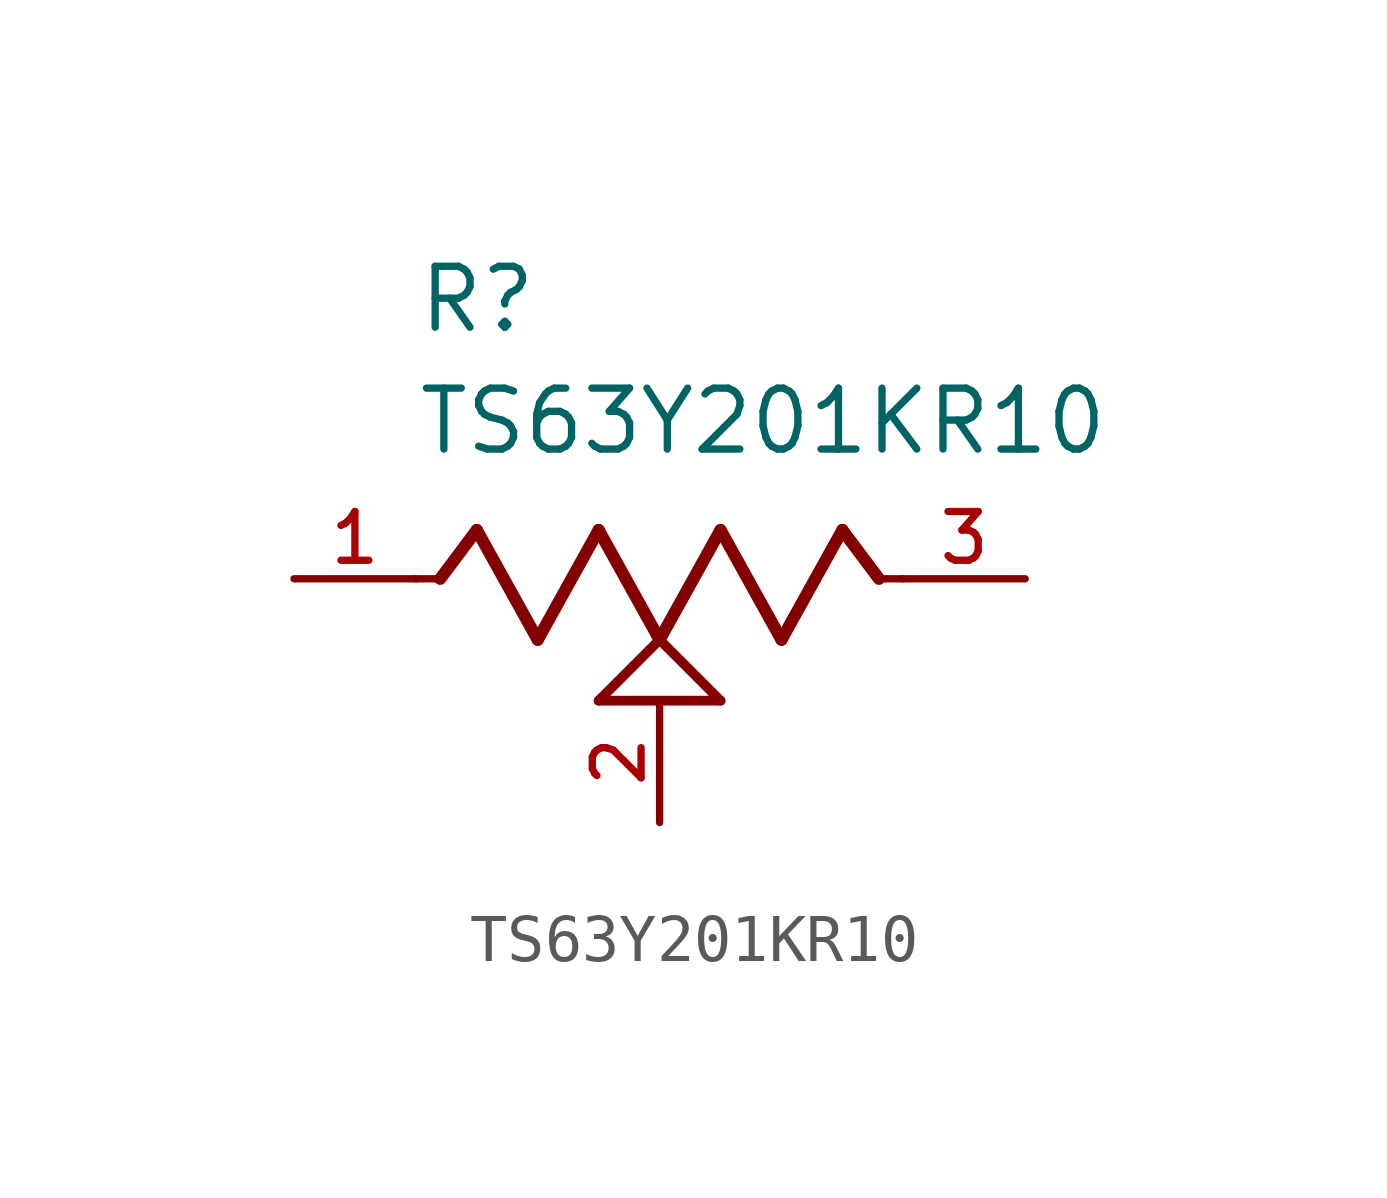
<source format=kicad_sym>
(kicad_symbol_lib
  (version 20241209)
  (generator "kicad_symbol_editor")
  (generator_version "9.0")
  (symbol "TS63Y201KR10"
    (pin_names
      (offset 1.016))
    (property "Reference" "R"
      (at -5.08 5.08 0)
      (effects (font (size 1.27 1.27)) (justify left bottom)))
    (property "Value" "TS63Y201KR10"
      (at -5.08 2.54 0)
      (effects (font (size 1.27 1.27)) (justify left bottom)))
    (symbol "TS63Y201KR10_0_0"
      (polyline (pts (xy -5.08 0) (xy -4.572 0)) (stroke (width 0.152) (type default)) (fill (type none)))
      (polyline (pts (xy -4.572 0) (xy -3.81 1.016)) (stroke (width 0.254) (type default)) (fill (type none)))
      (polyline (pts (xy -3.81 1.016) (xy -2.54 -1.27)) (stroke (width 0.254) (type default)) (fill (type none)))
      (polyline (pts (xy -2.54 -1.27) (xy -1.27 1.016)) (stroke (width 0.254) (type default)) (fill (type none)))
      (polyline (pts (xy -1.27 1.016) (xy 0 -1.27)) (stroke (width 0.254) (type default)) (fill (type none)))
      (polyline (pts (xy -1.27 -2.54) (xy 0 -1.27)) (stroke (width 0.203) (type default)) (fill (type none)))
      (polyline (pts (xy 0 -1.27) (xy 1.27 1.016)) (stroke (width 0.254) (type default)) (fill (type none)))
      (polyline (pts (xy 0 -1.27) (xy 1.27 -2.54)) (stroke (width 0.203) (type default)) (fill (type none)))
      (polyline (pts (xy 1.27 1.016) (xy 2.54 -1.27)) (stroke (width 0.254) (type default)) (fill (type none)))
      (polyline (pts (xy 1.27 -2.54) (xy -1.27 -2.54)) (stroke (width 0.203) (type default)) (fill (type none)))
      (polyline (pts (xy 2.54 -1.27) (xy 3.81 1.016)) (stroke (width 0.254) (type default)) (fill (type none)))
      (polyline (pts (xy 3.81 1.016) (xy 4.572 0)) (stroke (width 0.254) (type default)) (fill (type none)))
      (polyline (pts (xy 4.572 0) (xy 5.08 0)) (stroke (width 0.152) (type default)) (fill (type none)))
      (pin passive line (at -7.62 0 0) (length 2.54) (name "~" (effects (font (size 1.016 1.016)))) (number "1" (effects (font (size 1.016 1.016)))))
      (pin passive line (at 0 -5.08 90) (length 2.54) (name "~" (effects (font (size 1.016 1.016)))) (number "2" (effects (font (size 1.016 1.016)))))
      (pin passive line (at 7.62 0 180) (length 2.54) (name "~" (effects (font (size 1.016 1.016)))) (number "3" (effects (font (size 1.016 1.016))))))))
</source>
